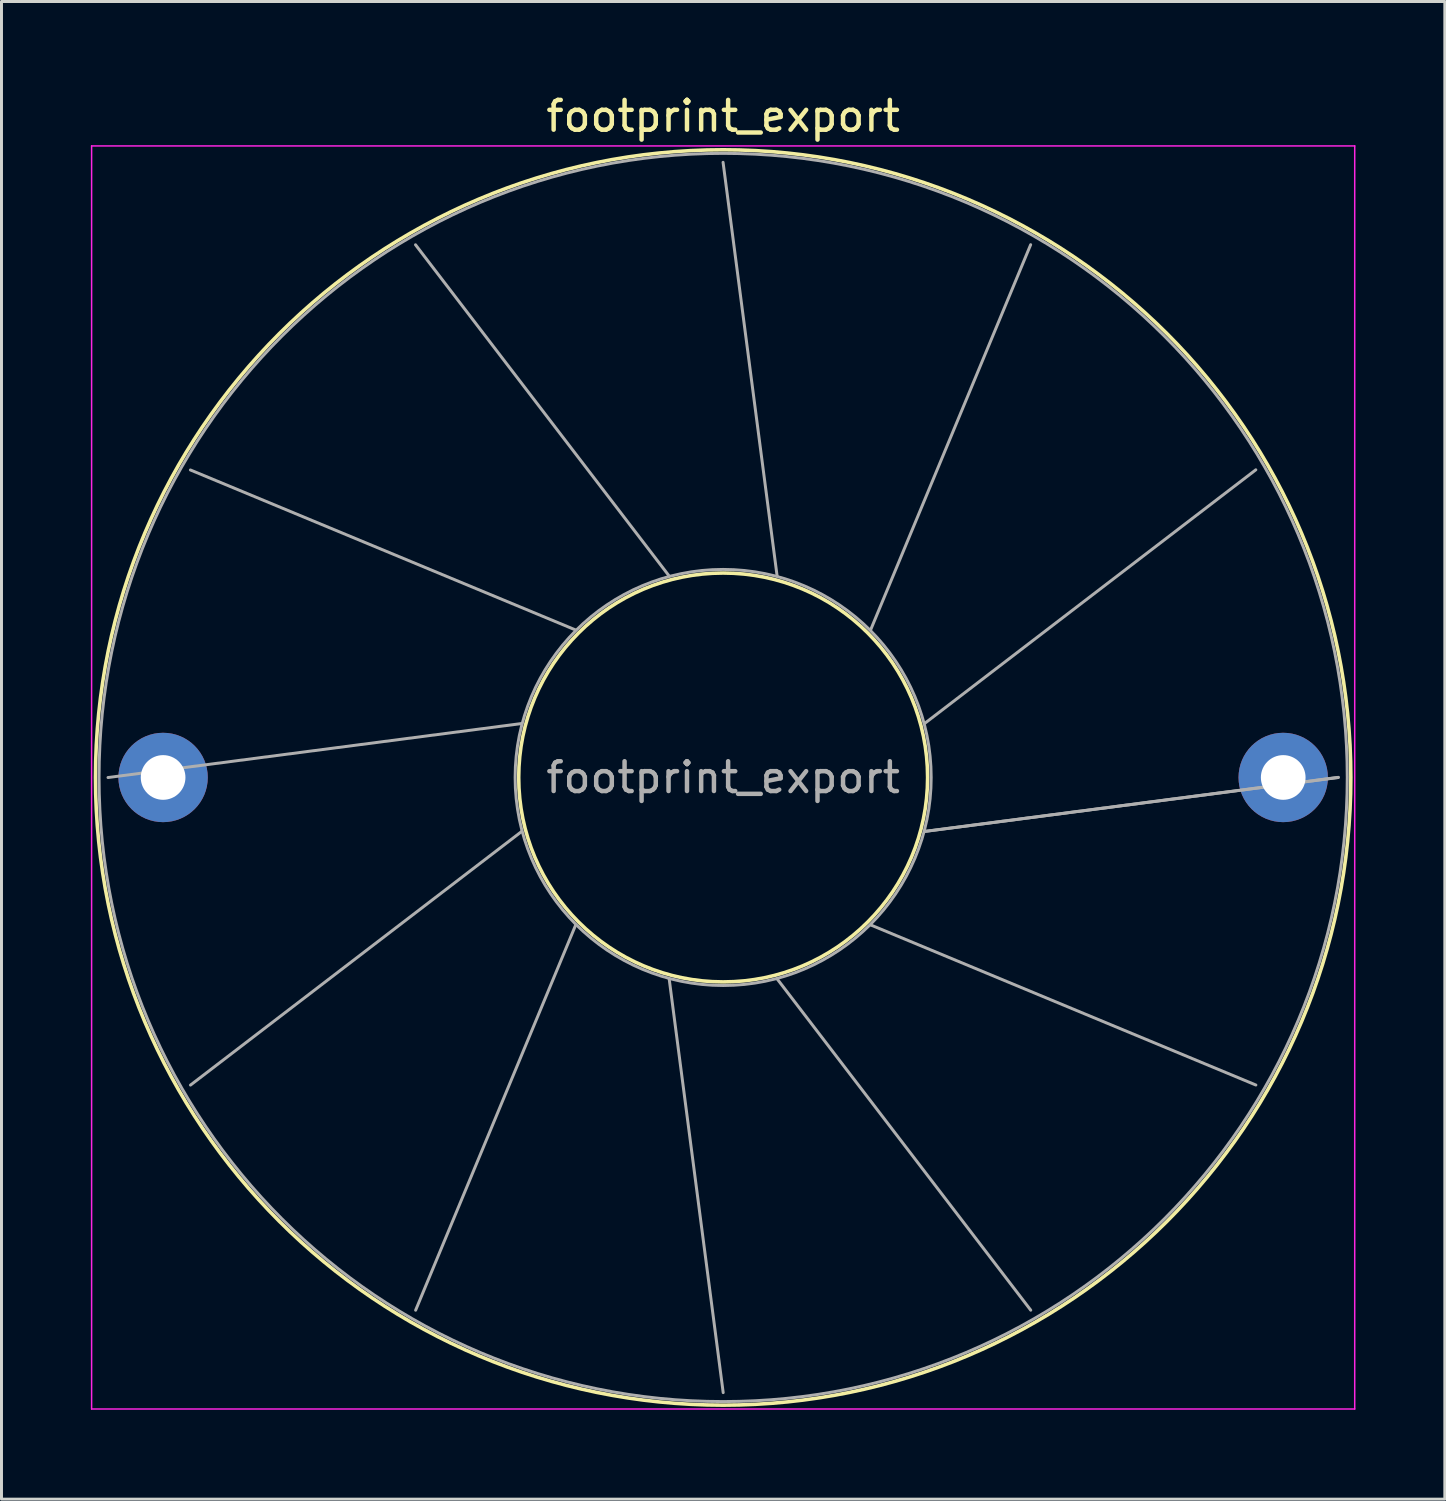
<source format=kicad_pcb>
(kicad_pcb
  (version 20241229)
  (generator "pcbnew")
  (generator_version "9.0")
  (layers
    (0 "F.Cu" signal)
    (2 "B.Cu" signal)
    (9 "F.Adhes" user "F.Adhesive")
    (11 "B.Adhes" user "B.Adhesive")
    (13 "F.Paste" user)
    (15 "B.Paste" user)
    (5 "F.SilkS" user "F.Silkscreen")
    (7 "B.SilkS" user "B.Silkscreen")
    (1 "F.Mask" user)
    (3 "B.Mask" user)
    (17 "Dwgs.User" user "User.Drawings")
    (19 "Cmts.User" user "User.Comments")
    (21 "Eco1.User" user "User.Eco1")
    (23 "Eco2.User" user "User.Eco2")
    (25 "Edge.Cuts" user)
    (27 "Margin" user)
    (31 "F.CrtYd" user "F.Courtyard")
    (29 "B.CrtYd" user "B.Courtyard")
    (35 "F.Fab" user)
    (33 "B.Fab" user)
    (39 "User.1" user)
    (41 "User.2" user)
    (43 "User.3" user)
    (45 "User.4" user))
  (footprint "footprint_export"
    (layer "F.Cu")
    (at 2.425 23.048)
    (property "Reference" "footprint_export" (at 18.8 -22.2 0) (layer "F.SilkS") (effects (font (size 1 1) (thickness 0.15))))
    (attr through_hole)
    (fp_circle (center 18.8 0) (end 25.663 0) (stroke (width 0.12) (type solid)) (fill no) (layer "F.SilkS"))
    (fp_circle (center 18.8 0) (end 39.87 0) (stroke (width 0.12) (type solid)) (fill no) (layer "F.SilkS"))
    (fp_line (start -2.4 -21.2) (end -2.4 21.2) (stroke (width 0.05) (type solid)) (layer "F.CrtYd"))
    (fp_line (start -2.4 21.2) (end 40 21.2) (stroke (width 0.05) (type solid)) (layer "F.CrtYd"))
    (fp_line (start 40 -21.2) (end -2.4 -21.2) (stroke (width 0.05) (type solid)) (layer "F.CrtYd"))
    (fp_line (start 40 21.2) (end 40 -21.2) (stroke (width 0.05) (type solid)) (layer "F.CrtYd"))
    (fp_line (start -1.849 0.002) (end 12.038 -1.811) (stroke (width 0.1) (type solid)) (layer "F.Fab"))
    (fp_line (start 0.917 -10.322) (end 13.849 -4.95) (stroke (width 0.1) (type solid)) (layer "F.Fab"))
    (fp_line (start 0.919 10.326) (end 12.038 1.812) (stroke (width 0.1) (type solid)) (layer "F.Fab"))
    (fp_line (start 8.473 -17.881) (end 16.987 -6.762) (stroke (width 0.1) (type solid)) (layer "F.Fab"))
    (fp_line (start 8.477 17.883) (end 13.85 4.951) (stroke (width 0.1) (type solid)) (layer "F.Fab"))
    (fp_line (start 18.797 -20.649) (end 20.611 -6.762) (stroke (width 0.1) (type solid)) (layer "F.Fab"))
    (fp_line (start 18.801 20.649) (end 16.988 6.762) (stroke (width 0.1) (type solid)) (layer "F.Fab"))
    (fp_line (start 29.122 -17.884) (end 23.749 -4.951) (stroke (width 0.1) (type solid)) (layer "F.Fab"))
    (fp_line (start 29.125 17.882) (end 20.612 6.762) (stroke (width 0.1) (type solid)) (layer "F.Fab"))
    (fp_line (start 36.68 -10.327) (end 25.562 -1.813) (stroke (width 0.1) (type solid)) (layer "F.Fab"))
    (fp_line (start 36.682 10.324) (end 23.75 4.95) (stroke (width 0.1) (type solid)) (layer "F.Fab"))
    (fp_line (start 39.449 -0.004) (end 25.562 1.811) (stroke (width 0.1) (type solid)) (layer "F.Fab"))
    (fp_line (start 39.449 0) (end 25.562 1.812) (stroke (width 0.1) (type solid)) (layer "F.Fab"))
    (fp_circle (center 18.8 0) (end 25.783 0) (stroke (width 0.1) (type solid)) (fill no) (layer "F.Fab"))
    (fp_circle (center 18.8 0) (end 39.75 0) (stroke (width 0.1) (type solid)) (fill no) (layer "F.Fab"))
    (fp_text user "${REFERENCE}" (at 18.8 0 0) (layer "F.Fab") (effects (font (size 1 1) (thickness 0.15))))
    (pad "1" thru_hole circle (at 0 0) (size 3 3) (drill 1.5) (layers "*.Cu" "*.Mask"))
    (pad "2" thru_hole circle (at 37.6 0) (size 3 3) (drill 1.5) (layers "*.Cu" "*.Mask")))
  (gr_rect
    (start -3 -3)
    (end 45.45 47.273)
    (stroke (width 0.1) (type default))
    (fill no)
    (layer "Edge.Cuts")))
</source>
